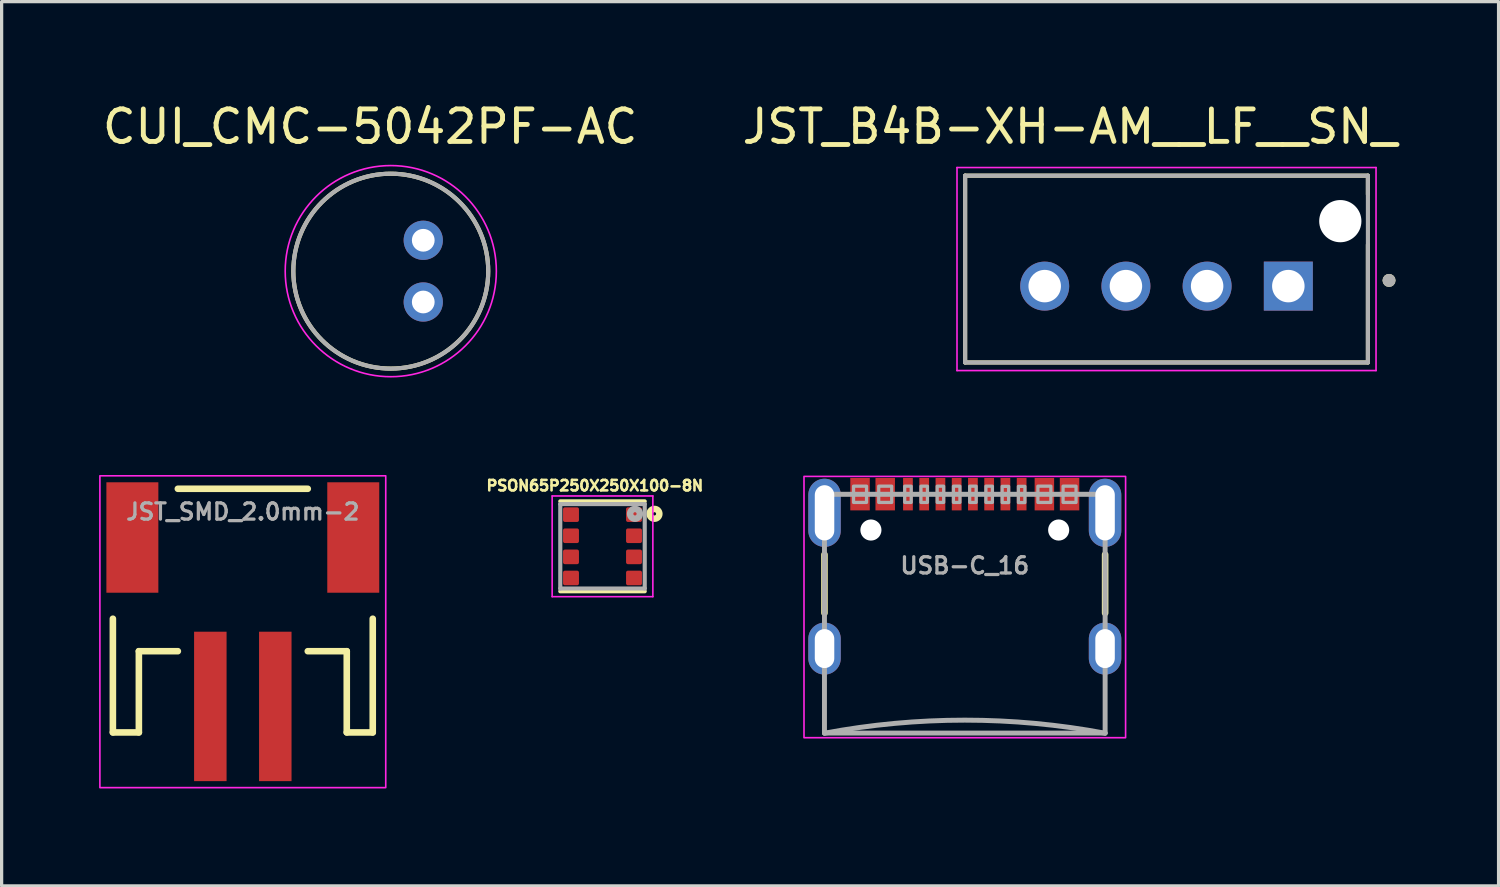
<source format=kicad_pcb>
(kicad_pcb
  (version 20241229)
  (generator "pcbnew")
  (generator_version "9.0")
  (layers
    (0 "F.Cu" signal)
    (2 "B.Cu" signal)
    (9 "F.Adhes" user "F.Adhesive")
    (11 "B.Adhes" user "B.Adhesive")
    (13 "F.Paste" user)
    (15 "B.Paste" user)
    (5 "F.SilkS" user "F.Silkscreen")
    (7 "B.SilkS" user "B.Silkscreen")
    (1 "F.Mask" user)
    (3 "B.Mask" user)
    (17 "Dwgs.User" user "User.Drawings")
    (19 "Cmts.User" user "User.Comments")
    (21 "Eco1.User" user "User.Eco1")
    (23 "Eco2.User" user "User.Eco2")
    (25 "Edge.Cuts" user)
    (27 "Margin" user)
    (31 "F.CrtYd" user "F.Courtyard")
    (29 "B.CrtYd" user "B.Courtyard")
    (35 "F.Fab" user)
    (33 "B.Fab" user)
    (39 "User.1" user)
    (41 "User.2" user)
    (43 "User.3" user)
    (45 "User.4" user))
  (footprint "JST_B4B-XH-AM__LF__SN_"
    (layer "F.Cu")
    (at 32.861 5.233)
    (property "Reference" "JST_B4B-XH-AM__LF__SN_" (at -2.975 -4.385 0) (layer "F.SilkS") (effects (font (size 1 1) (thickness 0.15))))
    (attr through_hole)
    (fp_line (start -6.2 -2.875) (end 6.2 -2.875) (stroke (width 0.127) (type solid)) (layer "F.SilkS"))
    (fp_line (start -6.2 2.875) (end -6.2 -2.875) (stroke (width 0.127) (type solid)) (layer "F.SilkS"))
    (fp_line (start 6.2 -2.875) (end 6.2 -2.3) (stroke (width 0.127) (type solid)) (layer "F.SilkS"))
    (fp_line (start 6.2 -0.75) (end 6.2 2.875) (stroke (width 0.127) (type solid)) (layer "F.SilkS"))
    (fp_line (start 6.2 2.875) (end -6.2 2.875) (stroke (width 0.127) (type solid)) (layer "F.SilkS"))
    (fp_circle (center 6.85 0.35) (end 6.95 0.35) (stroke (width 0.2) (type solid)) (fill no) (layer "F.SilkS"))
    (fp_line (start -6.45 -3.125) (end 6.45 -3.125) (stroke (width 0.05) (type solid)) (layer "F.CrtYd"))
    (fp_line (start -6.45 3.125) (end -6.45 -3.125) (stroke (width 0.05) (type solid)) (layer "F.CrtYd"))
    (fp_line (start 6.45 -3.125) (end 6.45 3.125) (stroke (width 0.05) (type solid)) (layer "F.CrtYd"))
    (fp_line (start 6.45 3.125) (end -6.45 3.125) (stroke (width 0.05) (type solid)) (layer "F.CrtYd"))
    (fp_line (start -6.2 -2.875) (end 6.2 -2.875) (stroke (width 0.127) (type solid)) (layer "F.Fab"))
    (fp_line (start -6.2 2.875) (end -6.2 -2.875) (stroke (width 0.127) (type solid)) (layer "F.Fab"))
    (fp_line (start 6.2 -2.875) (end 6.2 2.875) (stroke (width 0.127) (type solid)) (layer "F.Fab"))
    (fp_line (start 6.2 2.875) (end -6.2 2.875) (stroke (width 0.127) (type solid)) (layer "F.Fab"))
    (fp_circle (center 6.85 0.35) (end 6.95 0.35) (stroke (width 0.2) (type solid)) (fill no) (layer "F.Fab"))
    (pad "" np_thru_hole circle (at 5.35 -1.475) (size 1.3 1.3) (drill 1.3) (layers "*.Cu" "*.Mask"))
    (pad "1" thru_hole rect (at 3.75 0.525) (size 1.508 1.508) (drill 1) (layers "*.Cu" "*.Mask"))
    (pad "2" thru_hole circle (at 1.25 0.525) (size 1.508 1.508) (drill 1) (layers "*.Cu" "*.Mask"))
    (pad "3" thru_hole circle (at -1.25 0.525) (size 1.508 1.508) (drill 1) (layers "*.Cu" "*.Mask"))
    (pad "4" thru_hole circle (at -3.75 0.525) (size 1.508 1.508) (drill 1) (layers "*.Cu" "*.Mask")))
  (footprint "CUI_CMC-5042PF-AC"
    (layer "F.Cu")
    (at 8.98 5.297)
    (property "Reference" "CUI_CMC-5042PF-AC" (at -0.635 -4.448 0) (layer "F.SilkS") (effects (font (size 1.001 1.001) (thickness 0.15))))
    (attr through_hole)
    (fp_circle (center 0 0) (end 3 0) (stroke (width 0.127) (type solid)) (fill no) (layer "F.SilkS"))
    (fp_circle (center 0 0) (end 3.25 0) (stroke (width 0.05) (type solid)) (fill no) (layer "F.CrtYd"))
    (fp_circle (center 0 0) (end 3 0) (stroke (width 0.127) (type solid)) (fill no) (layer "F.Fab"))
    (pad "GND" thru_hole circle (at 1 -0.95) (size 1.208 1.208) (drill 0.7) (layers "*.Cu" "*.Mask"))
    (pad "OUT" thru_hole circle (at 1 0.95) (size 1.208 1.208) (drill 0.7) (layers "*.Cu" "*.Mask")))
  (footprint "PSON65P250X250X100-8N"
    (layer "F.Cu")
    (at 15.498 13.768)
    (property "Reference" "PSON65P250X250X100-8N" (at -0.235 -1.867 0) (layer "F.SilkS") (effects (font (size 0.322 0.322) (thickness 0.08))))
    (attr smd)
    (fp_line (start -1.3 -1.385) (end 1.3 -1.385) (stroke (width 0.127) (type solid)) (layer "F.SilkS"))
    (fp_line (start -1.3 1.385) (end 1.3 1.385) (stroke (width 0.127) (type solid)) (layer "F.SilkS"))
    (fp_circle (center 1.6 -1) (end 1.65 -1) (stroke (width 0.2) (type solid)) (fill no) (layer "F.SilkS"))
    (fp_line (start -1.55 -1.55) (end 1.55 -1.55) (stroke (width 0.05) (type solid)) (layer "F.CrtYd"))
    (fp_line (start -1.55 1.55) (end -1.55 -1.55) (stroke (width 0.05) (type solid)) (layer "F.CrtYd"))
    (fp_line (start 1.55 -1.55) (end 1.55 1.55) (stroke (width 0.05) (type solid)) (layer "F.CrtYd"))
    (fp_line (start 1.55 1.55) (end -1.55 1.55) (stroke (width 0.05) (type solid)) (layer "F.CrtYd"))
    (fp_line (start -1.3 -1.3) (end -1.3 1.3) (stroke (width 0.127) (type solid)) (layer "F.Fab"))
    (fp_line (start -1.3 1.3) (end 1.3 1.3) (stroke (width 0.127) (type solid)) (layer "F.Fab"))
    (fp_line (start 1.3 -1.3) (end -1.3 -1.3) (stroke (width 0.127) (type solid)) (layer "F.Fab"))
    (fp_line (start 1.3 1.3) (end 1.3 -1.3) (stroke (width 0.127) (type solid)) (layer "F.Fab"))
    (fp_circle (center 1 -1) (end 1.05 -1) (stroke (width 0.2) (type solid)) (fill no) (layer "F.Fab"))
    (pad "1" smd roundrect (at 0.97 -0.975) (size 0.49 0.45) (layers "F.Cu" "F.Mask" "F.Paste") (roundrect_rratio 0.125))
    (pad "2" smd roundrect (at 0.97 -0.325) (size 0.49 0.45) (layers "F.Cu" "F.Mask" "F.Paste") (roundrect_rratio 0.125))
    (pad "3" smd roundrect (at 0.97 0.325) (size 0.49 0.45) (layers "F.Cu" "F.Mask" "F.Paste") (roundrect_rratio 0.125))
    (pad "4" smd roundrect (at 0.97 0.975) (size 0.49 0.45) (layers "F.Cu" "F.Mask" "F.Paste") (roundrect_rratio 0.125))
    (pad "5" smd roundrect (at -0.97 0.975) (size 0.49 0.45) (layers "F.Cu" "F.Mask" "F.Paste") (roundrect_rratio 0.125))
    (pad "6" smd roundrect (at -0.97 0.325) (size 0.49 0.45) (layers "F.Cu" "F.Mask" "F.Paste") (roundrect_rratio 0.125))
    (pad "7" smd roundrect (at -0.97 -0.325) (size 0.49 0.45) (layers "F.Cu" "F.Mask" "F.Paste") (roundrect_rratio 0.125))
    (pad "8" smd roundrect (at -0.97 -0.975) (size 0.49 0.45) (layers "F.Cu" "F.Mask" "F.Paste") (roundrect_rratio 0.125)))
  (footprint "USB-C_16"
    (layer "F.Cu")
    (at 26.651 11.822)
    (property "Reference" "USB-C_16" (at 0 2.54 0) (layer "F.Fab") (effects (font (size 0.5 0.5) (thickness 0.1) (bold yes))))
    (fp_line (start -4.32 2.2) (end -4.32 4) (stroke (width 0.203) (type solid)) (layer "F.SilkS"))
    (fp_line (start 4.32 2.2) (end 4.32 4) (stroke (width 0.203) (type solid)) (layer "F.SilkS"))
    (fp_rect (start -4.95 -0.206) (end 4.95 7.838) (stroke (width 0.05) (type default)) (fill no) (layer "F.CrtYd"))
    (fp_line (start -4.32 0.345) (end -4.32 1.965) (stroke (width 0.01) (type solid)) (layer "F.Fab"))
    (fp_line (start -4.32 0.345) (end 4.32 0.345) (stroke (width 0.152) (type solid)) (layer "F.Fab"))
    (fp_line (start -4.32 4.295) (end -4.32 5.895) (stroke (width 0.01) (type solid)) (layer "F.Fab"))
    (fp_line (start -4.32 7.695) (end -4.32 0.345) (stroke (width 0.152) (type solid)) (layer "F.Fab"))
    (fp_line (start -4.32 7.695) (end 4.32 7.695) (stroke (width 0.152) (type solid)) (layer "F.Fab"))
    (fp_line (start 4.32 0.345) (end 4.32 1.965) (stroke (width 0.01) (type solid)) (layer "F.Fab"))
    (fp_line (start 4.32 0.345) (end 4.32 7.695) (stroke (width 0.152) (type solid)) (layer "F.Fab"))
    (fp_line (start 4.32 4.295) (end 4.32 5.895) (stroke (width 0.01) (type solid)) (layer "F.Fab"))
    (fp_arc (start -4.32 7.7) (mid 0 7.297675) (end 4.32 7.7) (stroke (width 0.1524) (type solid)) (layer "F.Fab"))
    (fp_poly (pts (xy -3.425 0.595) (xy -3.025 0.595) (xy -3.025 0.095) (xy -3.425 0.095)) (stroke (width 0.1) (type default)) (fill no) (layer "F.Fab"))
    (fp_poly (pts (xy -2.65 0.595) (xy -2.25 0.595) (xy -2.25 0.095) (xy -2.65 0.095)) (stroke (width 0.1) (type default)) (fill no) (layer "F.Fab"))
    (fp_poly (pts (xy -1.85 0.595) (xy -1.65 0.595) (xy -1.65 0.095) (xy -1.85 0.095)) (stroke (width 0.1) (type default)) (fill no) (layer "F.Fab"))
    (fp_poly (pts (xy -1.35 0.595) (xy -1.15 0.595) (xy -1.15 0.095) (xy -1.35 0.095)) (stroke (width 0.1) (type default)) (fill no) (layer "F.Fab"))
    (fp_poly (pts (xy -0.85 0.595) (xy -0.65 0.595) (xy -0.65 0.095) (xy -0.85 0.095)) (stroke (width 0.1) (type default)) (fill no) (layer "F.Fab"))
    (fp_poly (pts (xy -0.35 0.595) (xy -0.15 0.595) (xy -0.15 0.095) (xy -0.35 0.095)) (stroke (width 0.1) (type default)) (fill no) (layer "F.Fab"))
    (fp_poly (pts (xy 0.15 0.595) (xy 0.35 0.595) (xy 0.35 0.095) (xy 0.15 0.095)) (stroke (width 0.1) (type default)) (fill no) (layer "F.Fab"))
    (fp_poly (pts (xy 0.65 0.595) (xy 0.85 0.595) (xy 0.85 0.095) (xy 0.65 0.095)) (stroke (width 0.1) (type default)) (fill no) (layer "F.Fab"))
    (fp_poly (pts (xy 1.15 0.6) (xy 1.35 0.6) (xy 1.35 0.1) (xy 1.15 0.1)) (stroke (width 0.1) (type default)) (fill no) (layer "F.Fab"))
    (fp_poly (pts (xy 1.65 0.6) (xy 1.85 0.6) (xy 1.85 0.1) (xy 1.65 0.1)) (stroke (width 0.1) (type default)) (fill no) (layer "F.Fab"))
    (fp_poly (pts (xy 2.25 0.595) (xy 2.65 0.595) (xy 2.65 0.095) (xy 2.25 0.095)) (stroke (width 0.1) (type default)) (fill no) (layer "F.Fab"))
    (fp_poly (pts (xy 3.025 0.595) (xy 3.425 0.595) (xy 3.425 0.095) (xy 3.025 0.095)) (stroke (width 0.1) (type default)) (fill no) (layer "F.Fab"))
    (pad "" np_thru_hole circle (at -2.89 1.445) (size 0.65 0.65) (drill 0.65) (layers "*.Cu" "*.Mask"))
    (pad "" np_thru_hole circle (at 2.89 1.445) (size 0.65 0.65) (drill 0.65) (layers "*.Cu" "*.Mask"))
    (pad "A5" smd rect (at -1.25 0.34 180) (size 0.3 1) (layers "F.Cu" "F.Mask" "F.Paste"))
    (pad "A6" smd rect (at -0.25 0.34 180) (size 0.3 1) (layers "F.Cu" "F.Mask" "F.Paste"))
    (pad "A7" smd rect (at 0.25 0.34) (size 0.3 1) (layers "F.Cu" "F.Mask" "F.Paste"))
    (pad "A8" smd rect (at 1.25 0.34) (size 0.3 1) (layers "F.Cu" "F.Mask" "F.Paste"))
    (pad "B5" smd rect (at 1.75 0.34) (size 0.3 1) (layers "F.Cu" "F.Mask" "F.Paste"))
    (pad "B6" smd rect (at 0.75 0.34) (size 0.3 1) (layers "F.Cu" "F.Mask" "F.Paste"))
    (pad "B7" smd rect (at -0.75 0.34 180) (size 0.3 1) (layers "F.Cu" "F.Mask" "F.Paste"))
    (pad "B8" smd rect (at -1.75 0.34 180) (size 0.3 1) (layers "F.Cu" "F.Mask" "F.Paste"))
    (pad "GND" smd rect (at -3.225 0.34 180) (size 0.6 1) (layers "F.Cu" "F.Mask" "F.Paste"))
    (pad "GND" smd rect (at 3.225 0.34) (size 0.6 1) (layers "F.Cu" "F.Mask" "F.Paste"))
    (pad "NC1" thru_hole oval (at -4.318 5.095) (size 1 1.6) (drill oval 0.6 1.2) (layers "*.Cu" "*.Mask" "F.Paste"))
    (pad "NC2" thru_hole oval (at -4.318 0.915) (size 1 2.1) (drill oval 0.6 1.7) (layers "*.Cu" "*.Mask" "F.Paste"))
    (pad "NC3" thru_hole oval (at 4.318 0.915) (size 1 2.1) (drill oval 0.6 1.7) (layers "*.Cu" "*.Mask" "F.Paste"))
    (pad "S" thru_hole oval (at 4.318 5.095) (size 1 1.6) (drill oval 0.6 1.2) (layers "*.Cu" "*.Mask" "F.Paste"))
    (pad "VBUS" smd rect (at -2.45 0.34 180) (size 0.6 1) (layers "F.Cu" "F.Mask" "F.Paste"))
    (pad "VBUS" smd rect (at 2.45 0.34) (size 0.6 1) (layers "F.Cu" "F.Mask" "F.Paste")))
  (footprint "JST_SMD_2.0mm-2"
    (layer "F.Cu")
    (at 4.425 14.997)
    (property "Reference" "JST_SMD_2.0mm-2" (at 0 -2 0) (layer "F.Fab") (effects (font (size 0.5 0.5) (thickness 0.1)) (justify bottom)))
    (fp_line (start -4 1) (end -4 4.5) (stroke (width 0.203) (type solid)) (layer "F.SilkS"))
    (fp_line (start -4 4.5) (end -3.2 4.5) (stroke (width 0.203) (type solid)) (layer "F.SilkS"))
    (fp_line (start -3.2 2) (end -2 2) (stroke (width 0.203) (type solid)) (layer "F.SilkS"))
    (fp_line (start -3.2 4.5) (end -3.2 2) (stroke (width 0.203) (type solid)) (layer "F.SilkS"))
    (fp_line (start 2 -3) (end -2 -3) (stroke (width 0.203) (type solid)) (layer "F.SilkS"))
    (fp_line (start 2 2) (end 3.2 2) (stroke (width 0.203) (type solid)) (layer "F.SilkS"))
    (fp_line (start 3.2 2) (end 3.2 4.5) (stroke (width 0.203) (type solid)) (layer "F.SilkS"))
    (fp_line (start 3.2 4.5) (end 4 4.5) (stroke (width 0.203) (type solid)) (layer "F.SilkS"))
    (fp_line (start 4 4.5) (end 4 1) (stroke (width 0.203) (type solid)) (layer "F.SilkS"))
    (fp_rect (start 4.4 -3.4) (end -4.4 6.2) (stroke (width 0.05) (type default)) (fill no) (layer "F.CrtYd"))
    (pad "1" smd rect (at -1 3.7) (size 1 4.6) (layers "F.Cu" "F.Mask" "F.Paste"))
    (pad "2" smd rect (at 1 3.7) (size 1 4.6) (layers "F.Cu" "F.Mask" "F.Paste"))
    (pad "NC1" smd rect (at -3.4 -1.5 90) (size 3.4 1.6) (layers "F.Cu" "F.Mask" "F.Paste"))
    (pad "NC2" smd rect (at 3.4 -1.5 90) (size 3.4 1.6) (layers "F.Cu" "F.Mask" "F.Paste")))
  (gr_rect
    (start -3 -3)
    (end 43.083 24.222)
    (stroke (width 0.1) (type default))
    (fill no)
    (layer "Edge.Cuts")))
</source>
